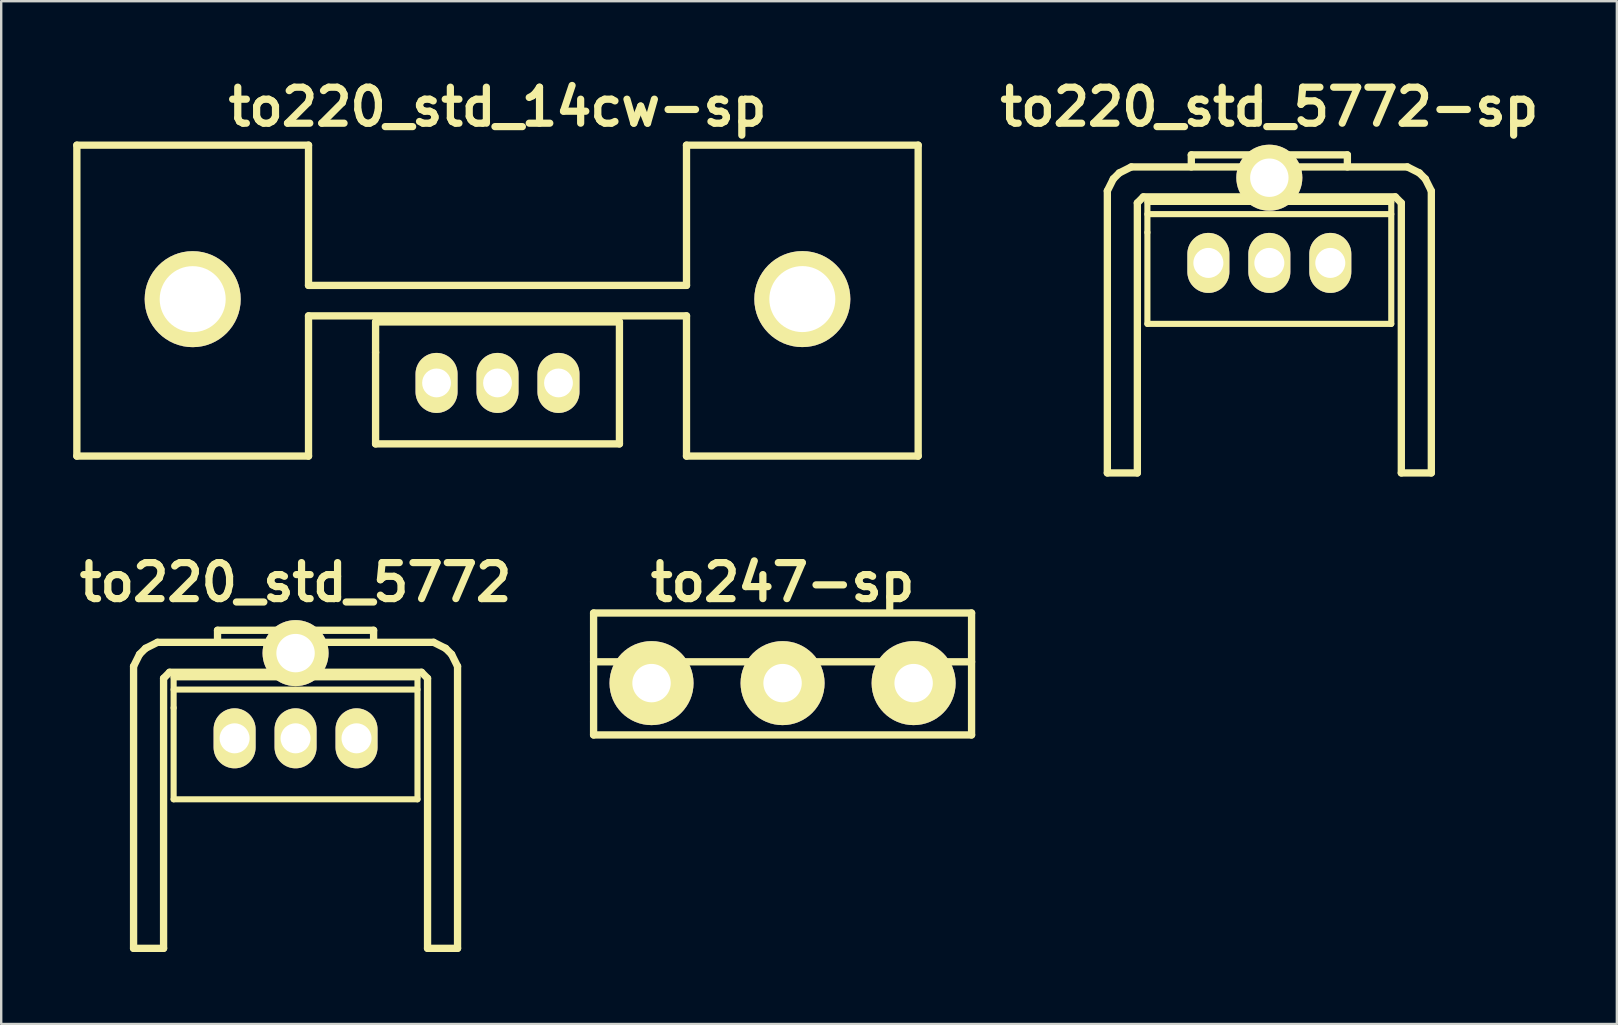
<source format=kicad_pcb>
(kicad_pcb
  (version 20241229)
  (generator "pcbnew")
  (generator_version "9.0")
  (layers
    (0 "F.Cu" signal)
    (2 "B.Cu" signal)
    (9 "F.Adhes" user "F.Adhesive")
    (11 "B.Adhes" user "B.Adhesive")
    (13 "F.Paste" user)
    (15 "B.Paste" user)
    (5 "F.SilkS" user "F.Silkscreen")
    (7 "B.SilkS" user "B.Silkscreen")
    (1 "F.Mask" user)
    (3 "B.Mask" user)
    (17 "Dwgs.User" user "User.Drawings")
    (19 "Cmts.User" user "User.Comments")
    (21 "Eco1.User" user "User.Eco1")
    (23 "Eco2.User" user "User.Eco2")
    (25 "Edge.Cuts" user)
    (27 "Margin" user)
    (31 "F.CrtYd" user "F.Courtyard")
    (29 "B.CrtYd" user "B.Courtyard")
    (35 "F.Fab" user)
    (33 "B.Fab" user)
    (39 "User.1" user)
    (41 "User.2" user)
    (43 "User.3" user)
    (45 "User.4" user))
  (footprint "to220_std_5772-sp"
    (layer "F.Cu")
    (at 49.835 7.904)
    (property "Reference" "to220_std_5772-sp" (at 0 -6.5 0) (layer "F.SilkS") (effects (font (size 1.5 1.5) (thickness 0.3))))
    (attr through_hole)
    (fp_line (start -6.749 -3) (end -6.749 8.75) (stroke (width 0.305) (type solid)) (layer "F.SilkS"))
    (fp_line (start -6.749 -3) (end -6.5 -3.5) (stroke (width 0.305) (type solid)) (layer "F.SilkS"))
    (fp_line (start -6.5 -3.5) (end -6.251 -3.749) (stroke (width 0.305) (type solid)) (layer "F.SilkS"))
    (fp_line (start -6.251 -3.749) (end -5.751 -4) (stroke (width 0.305) (type solid)) (layer "F.SilkS"))
    (fp_line (start -5.499 -2.499) (end -5.25 -2.751) (stroke (width 0.305) (type solid)) (layer "F.SilkS"))
    (fp_line (start -5.499 8.75) (end -6.749 8.75) (stroke (width 0.305) (type solid)) (layer "F.SilkS"))
    (fp_line (start -5.499 8.75) (end -5.499 -2.499) (stroke (width 0.305) (type solid)) (layer "F.SilkS"))
    (fp_line (start -5.25 -2.751) (end 5.25 -2.751) (stroke (width 0.305) (type solid)) (layer "F.SilkS"))
    (fp_line (start -5.08 -2.54) (end -5.08 -1.27) (stroke (width 0.254) (type solid)) (layer "F.SilkS"))
    (fp_line (start -5.08 -2.032) (end 5.08 -2.032) (stroke (width 0.254) (type solid)) (layer "F.SilkS"))
    (fp_line (start -5.08 -1.27) (end -5.08 2.54) (stroke (width 0.254) (type solid)) (layer "F.SilkS"))
    (fp_line (start -5.08 2.54) (end 5.08 2.54) (stroke (width 0.254) (type solid)) (layer "F.SilkS"))
    (fp_line (start -3.251 -4.501) (end 3.251 -4.501) (stroke (width 0.305) (type solid)) (layer "F.SilkS"))
    (fp_line (start -3.251 -4) (end -3.251 -4.501) (stroke (width 0.305) (type solid)) (layer "F.SilkS"))
    (fp_line (start 3.251 -4.501) (end 3.251 -4) (stroke (width 0.305) (type solid)) (layer "F.SilkS"))
    (fp_line (start 5.08 -2.54) (end -5.08 -2.54) (stroke (width 0.254) (type solid)) (layer "F.SilkS"))
    (fp_line (start 5.08 2.54) (end 5.08 -2.54) (stroke (width 0.254) (type solid)) (layer "F.SilkS"))
    (fp_line (start 5.25 -2.751) (end 5.499 -2.499) (stroke (width 0.305) (type solid)) (layer "F.SilkS"))
    (fp_line (start 5.499 -2.499) (end 5.499 8.75) (stroke (width 0.305) (type solid)) (layer "F.SilkS"))
    (fp_line (start 5.751 -4) (end -5.751 -4) (stroke (width 0.305) (type solid)) (layer "F.SilkS"))
    (fp_line (start 5.751 -4) (end 6.251 -3.749) (stroke (width 0.305) (type solid)) (layer "F.SilkS"))
    (fp_line (start 6.251 -3.749) (end 6.5 -3.5) (stroke (width 0.305) (type solid)) (layer "F.SilkS"))
    (fp_line (start 6.5 -3.5) (end 6.749 -3) (stroke (width 0.305) (type solid)) (layer "F.SilkS"))
    (fp_line (start 6.749 -3) (end 6.749 8.75) (stroke (width 0.305) (type solid)) (layer "F.SilkS"))
    (fp_line (start 6.749 8.75) (end 5.499 8.75) (stroke (width 0.305) (type solid)) (layer "F.SilkS"))
    (pad "" thru_hole circle (at 0 -3.55) (size 2.75 2.75) (drill 1.6) (layers "*.Cu" "*.Mask" "F.SilkS"))
    (pad "1" thru_hole oval (at -2.54 0) (size 1.75 2.5) (drill 1.25) (layers "*.Cu" "*.Mask" "F.SilkS"))
    (pad "2" thru_hole oval (at 0 0) (size 1.75 2.5) (drill 1.25) (layers "*.Cu" "*.Mask" "F.SilkS"))
    (pad "3" thru_hole oval (at 2.54 0) (size 1.75 2.5) (drill 1.25) (layers "*.Cu" "*.Mask" "F.SilkS")))
  (footprint "to247-sp"
    (layer "F.Cu")
    (at 29.555 25.411)
    (property "Reference" "to247-sp" (at 0 -4.2 0) (layer "F.SilkS") (effects (font (size 1.5 1.5) (thickness 0.3))))
    (attr through_hole)
    (fp_line (start -7.874 -2.921) (end -7.874 2.159) (stroke (width 0.305) (type solid)) (layer "F.SilkS"))
    (fp_line (start -7.874 2.159) (end 7.874 2.159) (stroke (width 0.305) (type solid)) (layer "F.SilkS"))
    (fp_line (start 7.874 -2.921) (end -7.874 -2.921) (stroke (width 0.305) (type solid)) (layer "F.SilkS"))
    (fp_line (start 7.874 -0.889) (end -7.874 -0.889) (stroke (width 0.305) (type solid)) (layer "F.SilkS"))
    (fp_line (start 7.874 2.159) (end 7.874 -2.921) (stroke (width 0.305) (type solid)) (layer "F.SilkS"))
    (pad "1" thru_hole circle (at -5.46 0) (size 3.5 3.5) (drill 1.6) (layers "*.Cu" "*.Mask" "F.SilkS"))
    (pad "2" thru_hole circle (at 0 0) (size 3.5 3.5) (drill 1.6) (layers "*.Cu" "*.Mask" "F.SilkS"))
    (pad "3" thru_hole circle (at 5.46 0) (size 3.5 3.5) (drill 1.6) (layers "*.Cu" "*.Mask" "F.SilkS")))
  (footprint "to220_std_5772"
    (layer "F.Cu")
    (at 9.264 27.711)
    (property "Reference" "to220_std_5772" (at 0 -6.5 0) (layer "F.SilkS") (effects (font (size 1.5 1.5) (thickness 0.3))))
    (attr through_hole)
    (fp_line (start -6.749 -3) (end -6.749 8.75) (stroke (width 0.305) (type solid)) (layer "F.SilkS"))
    (fp_line (start -6.749 -3) (end -6.5 -3.5) (stroke (width 0.305) (type solid)) (layer "F.SilkS"))
    (fp_line (start -6.5 -3.5) (end -6.251 -3.749) (stroke (width 0.305) (type solid)) (layer "F.SilkS"))
    (fp_line (start -6.251 -3.749) (end -5.751 -4) (stroke (width 0.305) (type solid)) (layer "F.SilkS"))
    (fp_line (start -5.499 -2.499) (end -5.25 -2.751) (stroke (width 0.305) (type solid)) (layer "F.SilkS"))
    (fp_line (start -5.499 8.75) (end -6.749 8.75) (stroke (width 0.305) (type solid)) (layer "F.SilkS"))
    (fp_line (start -5.499 8.75) (end -5.499 -2.499) (stroke (width 0.305) (type solid)) (layer "F.SilkS"))
    (fp_line (start -5.25 -2.751) (end 5.25 -2.751) (stroke (width 0.305) (type solid)) (layer "F.SilkS"))
    (fp_line (start -5.08 -2.54) (end -5.08 -1.27) (stroke (width 0.254) (type solid)) (layer "F.SilkS"))
    (fp_line (start -5.08 -2.032) (end 5.08 -2.032) (stroke (width 0.254) (type solid)) (layer "F.SilkS"))
    (fp_line (start -5.08 -1.27) (end -5.08 2.54) (stroke (width 0.254) (type solid)) (layer "F.SilkS"))
    (fp_line (start -5.08 2.54) (end 5.08 2.54) (stroke (width 0.254) (type solid)) (layer "F.SilkS"))
    (fp_line (start -3.251 -4.501) (end 3.251 -4.501) (stroke (width 0.305) (type solid)) (layer "F.SilkS"))
    (fp_line (start -3.251 -4) (end -3.251 -4.501) (stroke (width 0.305) (type solid)) (layer "F.SilkS"))
    (fp_line (start 3.251 -4.501) (end 3.251 -4) (stroke (width 0.305) (type solid)) (layer "F.SilkS"))
    (fp_line (start 5.08 -2.54) (end -5.08 -2.54) (stroke (width 0.254) (type solid)) (layer "F.SilkS"))
    (fp_line (start 5.08 2.54) (end 5.08 -2.54) (stroke (width 0.254) (type solid)) (layer "F.SilkS"))
    (fp_line (start 5.25 -2.751) (end 5.499 -2.499) (stroke (width 0.305) (type solid)) (layer "F.SilkS"))
    (fp_line (start 5.499 -2.499) (end 5.499 8.75) (stroke (width 0.305) (type solid)) (layer "F.SilkS"))
    (fp_line (start 5.751 -4) (end -5.751 -4) (stroke (width 0.305) (type solid)) (layer "F.SilkS"))
    (fp_line (start 5.751 -4) (end 6.251 -3.749) (stroke (width 0.305) (type solid)) (layer "F.SilkS"))
    (fp_line (start 6.251 -3.749) (end 6.5 -3.5) (stroke (width 0.305) (type solid)) (layer "F.SilkS"))
    (fp_line (start 6.5 -3.5) (end 6.749 -3) (stroke (width 0.305) (type solid)) (layer "F.SilkS"))
    (fp_line (start 6.749 -3) (end 6.749 8.75) (stroke (width 0.305) (type solid)) (layer "F.SilkS"))
    (fp_line (start 6.749 8.75) (end 5.499 8.75) (stroke (width 0.305) (type solid)) (layer "F.SilkS"))
    (pad "" thru_hole circle (at 0 -3.55) (size 2.75 2.75) (drill 1.6) (layers "*.Cu" "*.Mask" "F.SilkS"))
    (pad "1" thru_hole oval (at 2.54 0) (size 1.75 2.5) (drill 1.25) (layers "*.Cu" "*.Mask" "F.SilkS"))
    (pad "2" thru_hole oval (at 0 0) (size 1.75 2.5) (drill 1.25) (layers "*.Cu" "*.Mask" "F.SilkS"))
    (pad "3" thru_hole oval (at -2.54 0) (size 1.75 2.5) (drill 1.25) (layers "*.Cu" "*.Mask" "F.SilkS")))
  (footprint "to220_std_14cw-sp"
    (layer "F.Cu")
    (at 17.678 12.904)
    (property "Reference" "to220_std_14cw-sp" (at 0 -11.5 0) (layer "F.SilkS") (effects (font (size 1.5 1.5) (thickness 0.3))))
    (attr through_hole)
    (fp_line (start -17.526 -9.906) (end -17.526 3.048) (stroke (width 0.305) (type solid)) (layer "F.SilkS"))
    (fp_line (start -17.526 3.048) (end -7.874 3.048) (stroke (width 0.305) (type solid)) (layer "F.SilkS"))
    (fp_line (start -7.874 -9.906) (end -17.526 -9.906) (stroke (width 0.305) (type solid)) (layer "F.SilkS"))
    (fp_line (start -7.874 -9.906) (end -7.874 -4.064) (stroke (width 0.305) (type solid)) (layer "F.SilkS"))
    (fp_line (start -7.874 -2.794) (end -7.874 3.048) (stroke (width 0.305) (type solid)) (layer "F.SilkS"))
    (fp_line (start -7.874 -2.794) (end 7.874 -2.794) (stroke (width 0.305) (type solid)) (layer "F.SilkS"))
    (fp_line (start -5.08 -2.54) (end -5.08 -1.27) (stroke (width 0.305) (type solid)) (layer "F.SilkS"))
    (fp_line (start -5.08 -1.27) (end -5.08 2.54) (stroke (width 0.305) (type solid)) (layer "F.SilkS"))
    (fp_line (start -5.08 2.54) (end 5.08 2.54) (stroke (width 0.305) (type solid)) (layer "F.SilkS"))
    (fp_line (start 5.08 -2.54) (end -5.08 -2.54) (stroke (width 0.305) (type solid)) (layer "F.SilkS"))
    (fp_line (start 5.08 2.54) (end 5.08 -2.54) (stroke (width 0.305) (type solid)) (layer "F.SilkS"))
    (fp_line (start 7.874 -9.906) (end 7.874 -4.064) (stroke (width 0.305) (type solid)) (layer "F.SilkS"))
    (fp_line (start 7.874 -4.064) (end -7.874 -4.064) (stroke (width 0.305) (type solid)) (layer "F.SilkS"))
    (fp_line (start 7.874 3.048) (end 7.874 -2.794) (stroke (width 0.305) (type solid)) (layer "F.SilkS"))
    (fp_line (start 7.874 3.048) (end 17.526 3.048) (stroke (width 0.305) (type solid)) (layer "F.SilkS"))
    (fp_line (start 17.526 -9.906) (end 7.874 -9.906) (stroke (width 0.305) (type solid)) (layer "F.SilkS"))
    (fp_line (start 17.526 -9.906) (end 17.526 3.048) (stroke (width 0.305) (type solid)) (layer "F.SilkS"))
    (pad "" thru_hole circle (at -12.7 -3.49) (size 4 4) (drill 2.75) (layers "*.Cu" "*.Mask" "F.SilkS"))
    (pad "" thru_hole circle (at 12.7 -3.493) (size 4 4) (drill 2.75) (layers "*.Cu" "*.Mask" "F.SilkS"))
    (pad "1" thru_hole oval (at -2.54 0) (size 1.75 2.5) (drill 1.2) (layers "*.Cu" "*.Mask" "F.SilkS"))
    (pad "2" thru_hole oval (at 0 0) (size 1.75 2.5) (drill 1.2) (layers "*.Cu" "*.Mask" "F.SilkS"))
    (pad "3" thru_hole oval (at 2.54 0) (size 1.75 2.5) (drill 1.2) (layers "*.Cu" "*.Mask" "F.SilkS")))
  (gr_rect
    (start -3 -3)
    (end 64.314 39.613)
    (stroke (width 0.1) (type default))
    (fill no)
    (layer "Edge.Cuts")))
</source>
